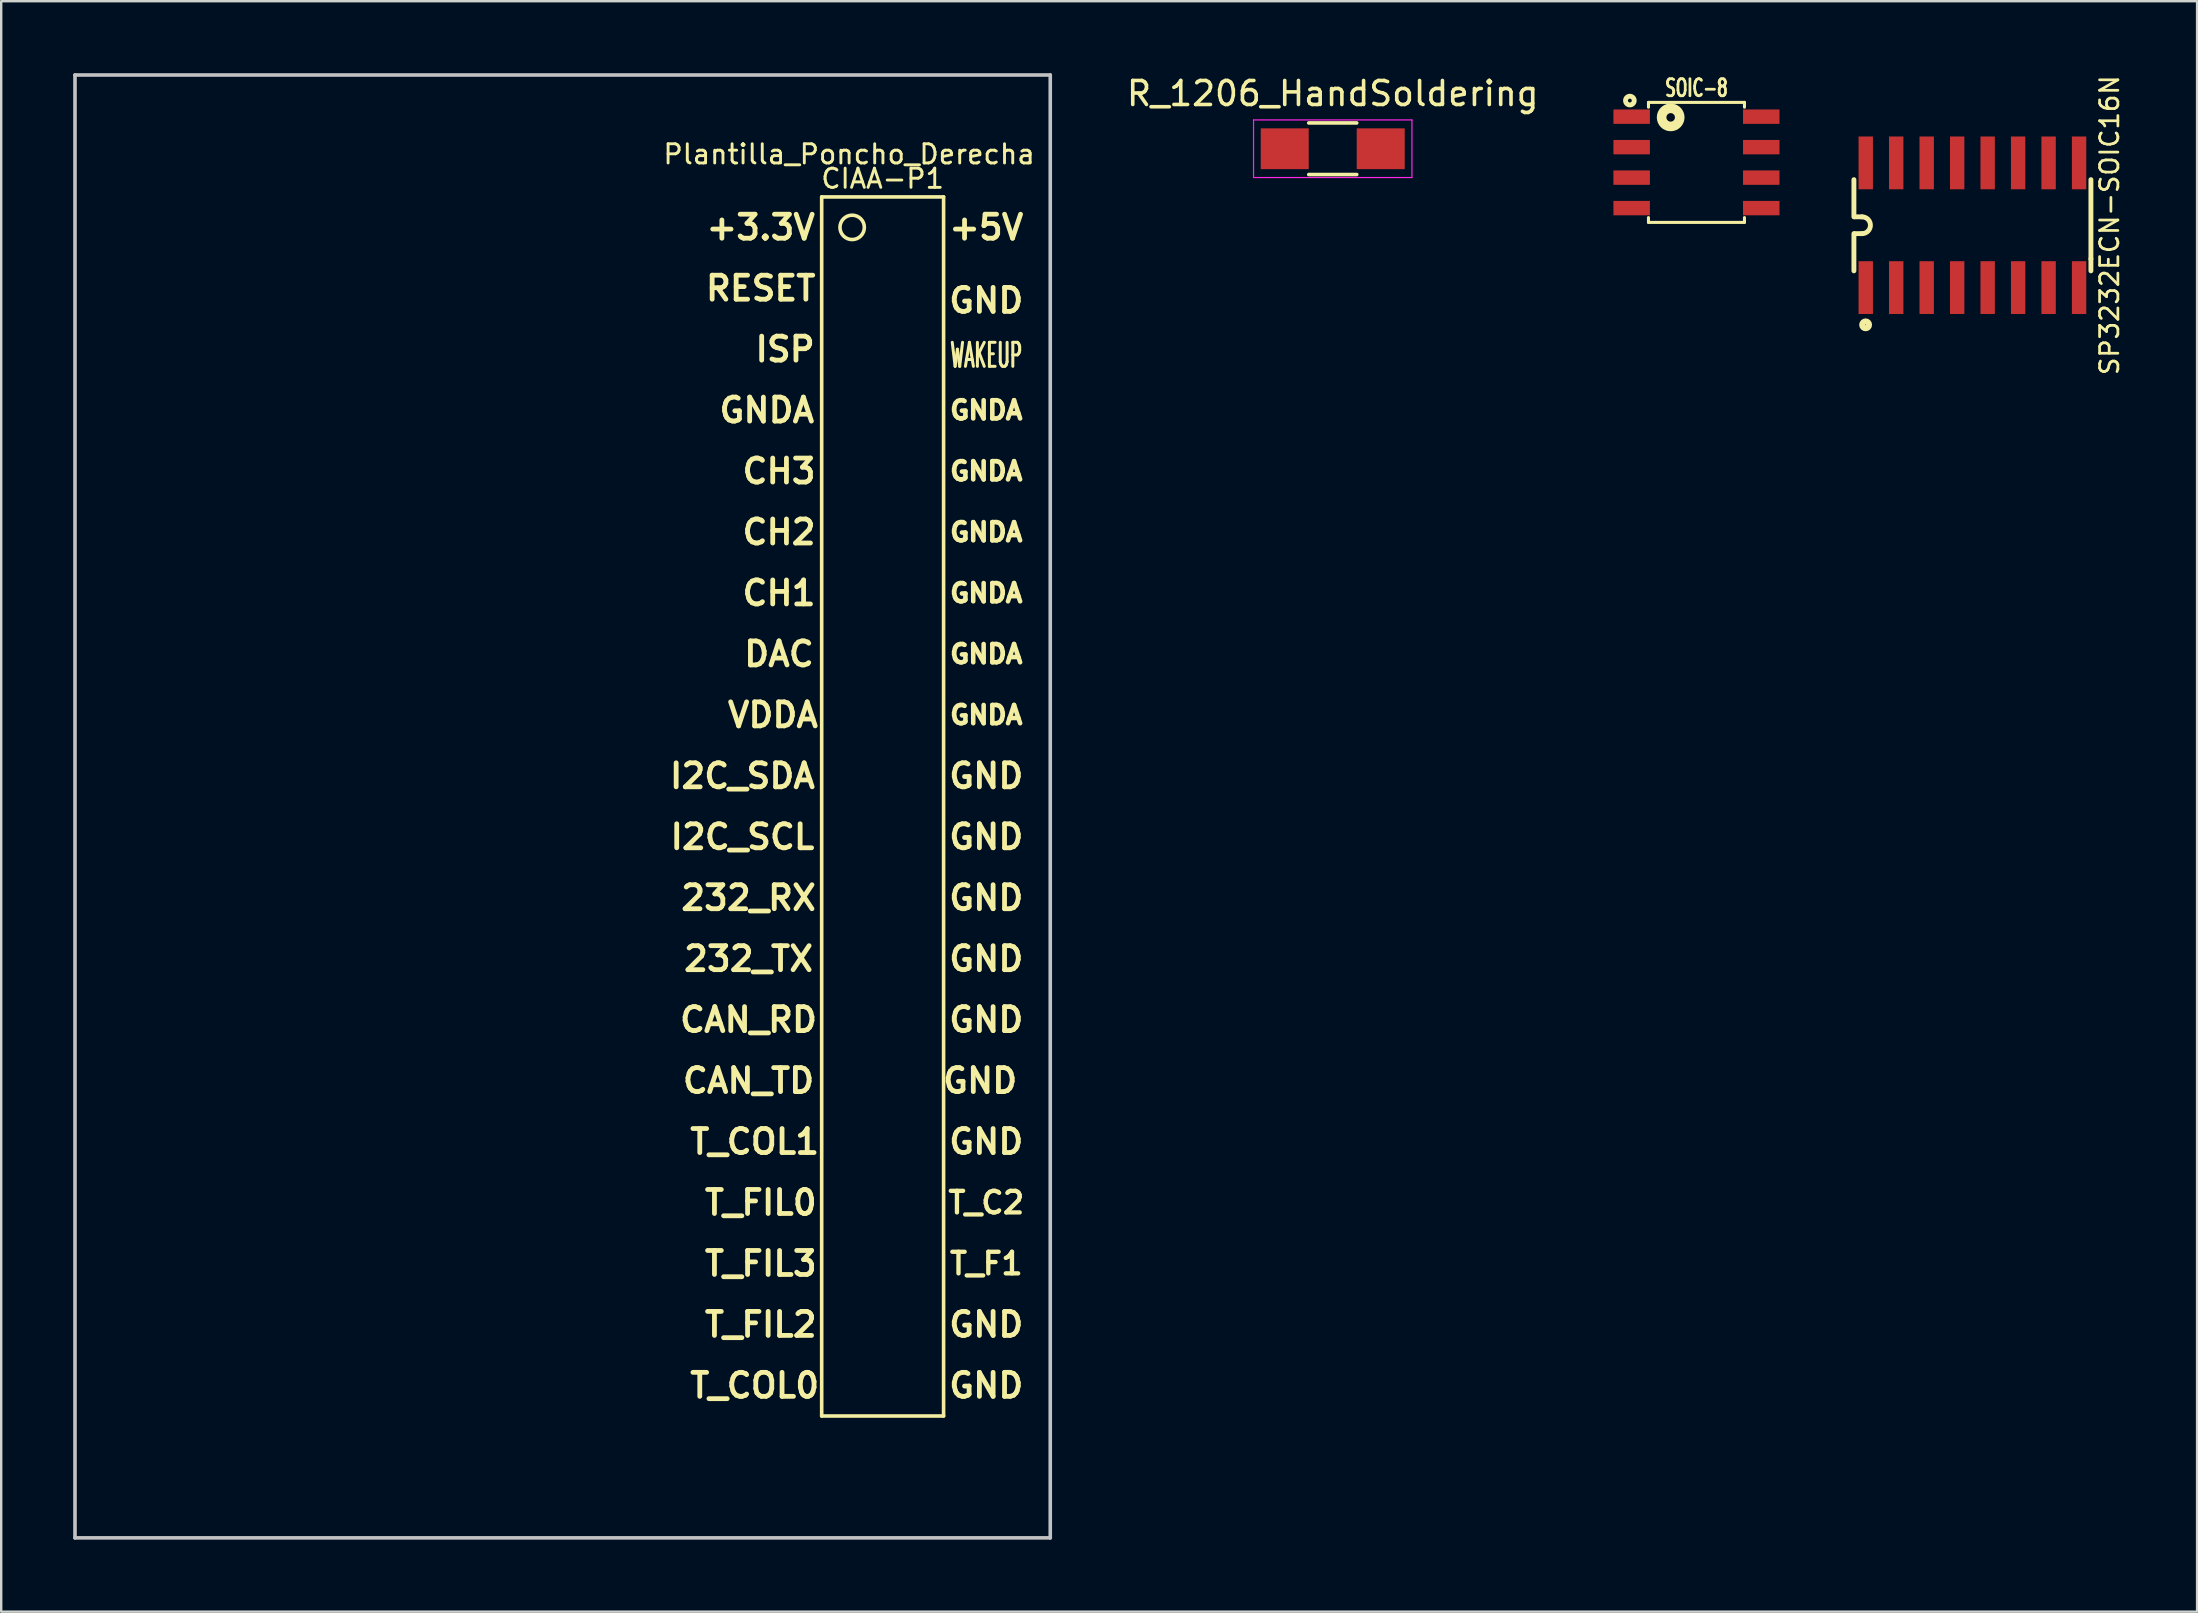
<source format=kicad_pcb>
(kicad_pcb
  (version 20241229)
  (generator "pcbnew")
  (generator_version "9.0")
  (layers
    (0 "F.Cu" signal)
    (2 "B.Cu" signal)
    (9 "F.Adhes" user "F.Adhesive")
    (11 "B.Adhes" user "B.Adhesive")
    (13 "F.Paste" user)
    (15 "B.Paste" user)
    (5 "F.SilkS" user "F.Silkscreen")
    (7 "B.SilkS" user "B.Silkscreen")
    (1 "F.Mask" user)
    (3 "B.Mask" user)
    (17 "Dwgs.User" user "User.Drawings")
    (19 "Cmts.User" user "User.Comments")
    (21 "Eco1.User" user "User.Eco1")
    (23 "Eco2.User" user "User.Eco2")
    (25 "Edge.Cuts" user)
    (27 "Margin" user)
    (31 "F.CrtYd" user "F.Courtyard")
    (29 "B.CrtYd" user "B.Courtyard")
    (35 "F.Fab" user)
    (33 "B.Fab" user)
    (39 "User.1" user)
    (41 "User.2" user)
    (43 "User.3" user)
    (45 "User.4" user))
  (footprint "Plantilla_Poncho_Derecha"
    (layer "F.Cu")
    (at 32.46 6.425)
    (property "Reference" "Plantilla_Poncho_Derecha" (at -0.127 -3.048 0) (layer "F.SilkS") (effects (font (size 0.8 0.8) (thickness 0.12))))
    (attr through_hole)
    (fp_line (start -1.27 49.53) (end -1.27 -1.27) (stroke (width 0.15) (type solid)) (layer "F.SilkS"))
    (fp_line (start 3.81 -1.27) (end -1.27 -1.27) (stroke (width 0.15) (type solid)) (layer "F.SilkS"))
    (fp_line (start 3.81 49.53) (end -1.27 49.53) (stroke (width 0.15) (type solid)) (layer "F.SilkS"))
    (fp_line (start 3.81 49.53) (end 3.81 -1.27) (stroke (width 0.15) (type solid)) (layer "F.SilkS"))
    (fp_circle (center 0 0) (end 0.508 0) (stroke (width 0.15) (type solid)) (fill no) (layer "F.SilkS"))
    (fp_line (start -32.385 -6.35) (end 8.255 -6.35) (stroke (width 0.15) (type solid)) (layer "Dwgs.User"))
    (fp_line (start -32.385 54.61) (end -32.385 -6.35) (stroke (width 0.15) (type solid)) (layer "Dwgs.User"))
    (fp_line (start -32.385 54.61) (end 8.255 54.61) (stroke (width 0.15) (type solid)) (layer "Dwgs.User"))
    (fp_line (start 8.255 54.61) (end 8.255 -6.35) (stroke (width 0.15) (type solid)) (layer "Dwgs.User"))
    (fp_text user "T_COL1" (at -4.064 38.1 0) (layer "F.SilkS") (effects (font (size 1 1) (thickness 0.2))))
    (fp_text user "T_FIL3" (at -3.81 43.18 0) (layer "F.SilkS") (effects (font (size 1 1) (thickness 0.2))))
    (fp_text user "GNDA" (at 5.588 7.62 0) (layer "F.SilkS") (effects (font (size 0.76 0.76) (thickness 0.19))))
    (fp_text user "+3.3V" (at -3.81 0 0) (layer "F.SilkS") (effects (font (size 1 1) (thickness 0.2))))
    (fp_text user "232_RX" (at -4.318 27.94 0) (layer "F.SilkS") (effects (font (size 1 1) (thickness 0.2))))
    (fp_text user "DAC" (at -3.048 17.78 0) (layer "F.SilkS") (effects (font (size 1 1) (thickness 0.2))))
    (fp_text user "ISP" (at -2.794 5.08 0) (layer "F.SilkS") (effects (font (size 1 1) (thickness 0.2))))
    (fp_text user "VDDA" (at -3.302 20.32 0) (layer "F.SilkS") (effects (font (size 1 1) (thickness 0.2))))
    (fp_text user "GND" (at 5.588 38.1 0) (layer "F.SilkS") (effects (font (size 1 1) (thickness 0.2))))
    (fp_text user "RESET" (at -3.81 2.54 0) (layer "F.SilkS") (effects (font (size 1 1) (thickness 0.2))))
    (fp_text user "GND" (at 5.588 30.48 0) (layer "F.SilkS") (effects (font (size 1 1) (thickness 0.2))))
    (fp_text user "CIAA-P1" (at 1.27 -2.032 0) (layer "F.SilkS") (effects (font (size 0.8 0.8) (thickness 0.12))))
    (fp_text user "GNDA" (at 5.588 10.16 0) (layer "F.SilkS") (effects (font (size 0.76 0.76) (thickness 0.19))))
    (fp_text user "232_TX" (at -4.318 30.48 0) (layer "F.SilkS") (effects (font (size 1 1) (thickness 0.2))))
    (fp_text user "CH1" (at -3.048 15.24 0) (layer "F.SilkS") (effects (font (size 1 1) (thickness 0.2))))
    (fp_text user "CAN_RD" (at -4.318 33.02 0) (layer "F.SilkS") (effects (font (size 1 1) (thickness 0.2))))
    (fp_text user "GND" (at 5.588 25.4 0) (layer "F.SilkS") (effects (font (size 1 1) (thickness 0.2))))
    (fp_text user "GND" (at 5.588 45.72 0) (layer "F.SilkS") (effects (font (size 1 1) (thickness 0.2))))
    (fp_text user "T_C2" (at 5.588 40.64 0) (layer "F.SilkS") (effects (font (size 0.9 0.9) (thickness 0.18))))
    (fp_text user "T_COL0" (at -4.064 48.26 0) (layer "F.SilkS") (effects (font (size 1 1) (thickness 0.2))))
    (fp_text user "GND" (at 5.334 35.56 0) (layer "F.SilkS") (effects (font (size 1 1) (thickness 0.2))))
    (fp_text user "GNDA" (at 5.588 20.32 0) (layer "F.SilkS") (effects (font (size 0.76 0.76) (thickness 0.19))))
    (fp_text user "GND" (at 5.588 3.048 0) (layer "F.SilkS") (effects (font (size 1 1) (thickness 0.2))))
    (fp_text user "+5V" (at 5.588 0 0) (layer "F.SilkS") (effects (font (size 1 1) (thickness 0.2))))
    (fp_text user "I2C_SDA" (at -4.572 22.86 0) (layer "F.SilkS") (effects (font (size 1 1) (thickness 0.2))))
    (fp_text user "T_FIL0" (at -3.81 40.64 0) (layer "F.SilkS") (effects (font (size 1 1) (thickness 0.2))))
    (fp_text user "WAKEUP" (at 5.588 5.334 0) (layer "F.SilkS") (effects (font (size 1 0.5) (thickness 0.125))))
    (fp_text user "I2C_SCL" (at -4.572 25.4 0) (layer "F.SilkS") (effects (font (size 1 1) (thickness 0.2))))
    (fp_text user "GND" (at 5.588 48.26 0) (layer "F.SilkS") (effects (font (size 1 1) (thickness 0.2))))
    (fp_text user "GNDA" (at -3.556 7.62 0) (layer "F.SilkS") (effects (font (size 1 1) (thickness 0.2))))
    (fp_text user "GND" (at 5.588 22.86 0) (layer "F.SilkS") (effects (font (size 1 1) (thickness 0.2))))
    (fp_text user "T_FIL2" (at -3.81 45.72 0) (layer "F.SilkS") (effects (font (size 1 1) (thickness 0.2))))
    (fp_text user "GNDA" (at 5.588 15.24 0) (layer "F.SilkS") (effects (font (size 0.76 0.76) (thickness 0.19))))
    (fp_text user "CH2" (at -3.048 12.7 0) (layer "F.SilkS") (effects (font (size 1 1) (thickness 0.2))))
    (fp_text user "GNDA" (at 5.588 12.7 0) (layer "F.SilkS") (effects (font (size 0.76 0.76) (thickness 0.19))))
    (fp_text user "GNDA" (at 5.588 17.78 0) (layer "F.SilkS") (effects (font (size 0.76 0.76) (thickness 0.19))))
    (fp_text user "T_F1" (at 5.588 43.18 0) (layer "F.SilkS") (effects (font (size 0.9 0.9) (thickness 0.18))))
    (fp_text user "GND" (at 5.588 33.02 0) (layer "F.SilkS") (effects (font (size 1 1) (thickness 0.2))))
    (fp_text user "GND" (at 5.588 27.94 0) (layer "F.SilkS") (effects (font (size 1 1) (thickness 0.2))))
    (fp_text user "CAN_TD" (at -4.318 35.56 0) (layer "F.SilkS") (effects (font (size 1 1) (thickness 0.2))))
    (fp_text user "CH3" (at -3.048 10.16 0) (layer "F.SilkS") (effects (font (size 1 1) (thickness 0.2)))))
  (footprint "SOIC-8"
    (layer "F.Cu")
    (at 67.643 3.717)
    (property "Reference" "SOIC-8" (at 0 -3.1 0) (layer "F.SilkS") (effects (font (size 0.711 0.457) (thickness 0.114))))
    (attr through_hole)
    (fp_line (start -2 -2.5) (end -2 -2.3) (stroke (width 0.127) (type solid)) (layer "F.SilkS"))
    (fp_line (start -2 2.5) (end -2 2.3) (stroke (width 0.127) (type solid)) (layer "F.SilkS"))
    (fp_line (start -2 2.5) (end 2 2.5) (stroke (width 0.127) (type solid)) (layer "F.SilkS"))
    (fp_line (start 2 -2.5) (end -2 -2.5) (stroke (width 0.127) (type solid)) (layer "F.SilkS"))
    (fp_line (start 2 -2.5) (end 2 -2.3) (stroke (width 0.127) (type solid)) (layer "F.SilkS"))
    (fp_line (start 2 2.5) (end 2 2.3) (stroke (width 0.127) (type solid)) (layer "F.SilkS"))
    (fp_circle (center -2.775 -2.576) (end -2.8 -2.5) (stroke (width 0.203) (type solid)) (fill no) (layer "F.SilkS"))
    (fp_circle (center -1.075 -1.876) (end -1.1 -1.7) (stroke (width 0.4) (type solid)) (fill no) (layer "F.SilkS"))
    (pad "1" smd rect (at -2.7 -1.905 270) (size 0.6 1.52) (layers "F.Cu" "F.Mask" "F.Paste"))
    (pad "2" smd rect (at -2.7 -0.635 270) (size 0.6 1.52) (layers "F.Cu" "F.Mask" "F.Paste"))
    (pad "3" smd rect (at -2.7 0.635 270) (size 0.6 1.52) (layers "F.Cu" "F.Mask" "F.Paste"))
    (pad "4" smd rect (at -2.7 1.905 270) (size 0.6 1.52) (layers "F.Cu" "F.Mask" "F.Paste"))
    (pad "5" smd rect (at 2.7 1.905 270) (size 0.6 1.52) (layers "F.Cu" "F.Mask" "F.Paste"))
    (pad "6" smd rect (at 2.7 0.635 270) (size 0.6 1.52) (layers "F.Cu" "F.Mask" "F.Paste"))
    (pad "7" smd rect (at 2.7 -0.635 270) (size 0.6 1.52) (layers "F.Cu" "F.Mask" "F.Paste"))
    (pad "8" smd rect (at 2.7 -1.905 270) (size 0.6 1.52) (layers "F.Cu" "F.Mask" "F.Paste")))
  (footprint "SP3232ECN-SOIC16N"
    (layer "F.Cu")
    (at 79.142 6.336)
    (property "Reference" "SP3232ECN-SOIC16N" (at 5.715 0 90) (layer "F.SilkS") (effects (font (size 0.762 0.762) (thickness 0.114))))
    (attr smd)
    (fp_line (start -4.938 -0.35) (end -4.938 -1.9) (stroke (width 0.203) (type solid)) (layer "F.SilkS"))
    (fp_line (start -4.938 1.9) (end -4.938 0.35) (stroke (width 0.203) (type solid)) (layer "F.SilkS"))
    (fp_line (start -4.6 -0.35) (end -4.9 -0.35) (stroke (width 0.203) (type solid)) (layer "F.SilkS"))
    (fp_line (start -4.6 0.35) (end -4.9 0.35) (stroke (width 0.203) (type solid)) (layer "F.SilkS"))
    (fp_line (start 4.938 -1.9) (end 4.938 1.4) (stroke (width 0.203) (type solid)) (layer "F.SilkS"))
    (fp_line (start 4.938 1.4) (end 4.938 1.9) (stroke (width 0.203) (type solid)) (layer "F.SilkS"))
    (fp_arc (start -4.6 -0.35) (mid -4.25 0) (end -4.6 0.35) (stroke (width 0.2032) (type solid)) (layer "F.SilkS"))
    (fp_circle (center -4.45 4.15) (end -4.35 4.05) (stroke (width 0.254) (type solid)) (fill no) (layer "F.SilkS"))
    (pad "1" smd rect (at -4.445 2.598) (size 0.599 2.2) (layers "F.Cu" "F.Mask" "F.Paste"))
    (pad "2" smd rect (at -3.175 2.598) (size 0.599 2.2) (layers "F.Cu" "F.Mask" "F.Paste"))
    (pad "3" smd rect (at -1.905 2.598) (size 0.599 2.2) (layers "F.Cu" "F.Mask" "F.Paste"))
    (pad "4" smd rect (at -0.635 2.598) (size 0.599 2.2) (layers "F.Cu" "F.Mask" "F.Paste"))
    (pad "5" smd rect (at 0.635 2.598) (size 0.599 2.2) (layers "F.Cu" "F.Mask" "F.Paste"))
    (pad "6" smd rect (at 1.905 2.598) (size 0.599 2.2) (layers "F.Cu" "F.Mask" "F.Paste"))
    (pad "7" smd rect (at 3.175 2.598) (size 0.599 2.2) (layers "F.Cu" "F.Mask" "F.Paste"))
    (pad "8" smd rect (at 4.445 2.598) (size 0.599 2.2) (layers "F.Cu" "F.Mask" "F.Paste"))
    (pad "9" smd rect (at 4.445 -2.598) (size 0.599 2.2) (layers "F.Cu" "F.Mask" "F.Paste"))
    (pad "10" smd rect (at 3.175 -2.598) (size 0.599 2.2) (layers "F.Cu" "F.Mask" "F.Paste"))
    (pad "11" smd rect (at 1.905 -2.598) (size 0.599 2.2) (layers "F.Cu" "F.Mask" "F.Paste"))
    (pad "12" smd rect (at 0.635 -2.598) (size 0.599 2.2) (layers "F.Cu" "F.Mask" "F.Paste"))
    (pad "13" smd rect (at -0.635 -2.598) (size 0.599 2.2) (layers "F.Cu" "F.Mask" "F.Paste"))
    (pad "14" smd rect (at -1.905 -2.598) (size 0.599 2.2) (layers "F.Cu" "F.Mask" "F.Paste"))
    (pad "15" smd rect (at -3.175 -2.598) (size 0.599 2.2) (layers "F.Cu" "F.Mask" "F.Paste"))
    (pad "16" smd rect (at -4.445 -2.598) (size 0.599 2.2) (layers "F.Cu" "F.Mask" "F.Paste")))
  (footprint "R_1206_HandSoldering"
    (layer "F.Cu")
    (at 52.486 3.148)
    (property "Reference" "R_1206_HandSoldering" (at 0 -2.3 0) (layer "F.SilkS") (effects (font (size 1 1) (thickness 0.15))))
    (attr smd)
    (fp_line (start -1 -1.075) (end 1 -1.075) (stroke (width 0.15) (type solid)) (layer "F.SilkS"))
    (fp_line (start 1 1.075) (end -1 1.075) (stroke (width 0.15) (type solid)) (layer "F.SilkS"))
    (fp_line (start -3.3 -1.2) (end -3.3 1.2) (stroke (width 0.05) (type solid)) (layer "F.CrtYd"))
    (fp_line (start -3.3 -1.2) (end 3.3 -1.2) (stroke (width 0.05) (type solid)) (layer "F.CrtYd"))
    (fp_line (start -3.3 1.2) (end 3.3 1.2) (stroke (width 0.05) (type solid)) (layer "F.CrtYd"))
    (fp_line (start 3.3 -1.2) (end 3.3 1.2) (stroke (width 0.05) (type solid)) (layer "F.CrtYd"))
    (pad "1" smd rect (at -2 0) (size 2 1.7) (layers "F.Cu" "F.Mask" "F.Paste"))
    (pad "2" smd rect (at 2 0) (size 2 1.7) (layers "F.Cu" "F.Mask" "F.Paste")))
  (gr_rect
    (start -3 -3)
    (end 88.504 64.11)
    (stroke (width 0.1) (type default))
    (fill no)
    (layer "Edge.Cuts")))
</source>
